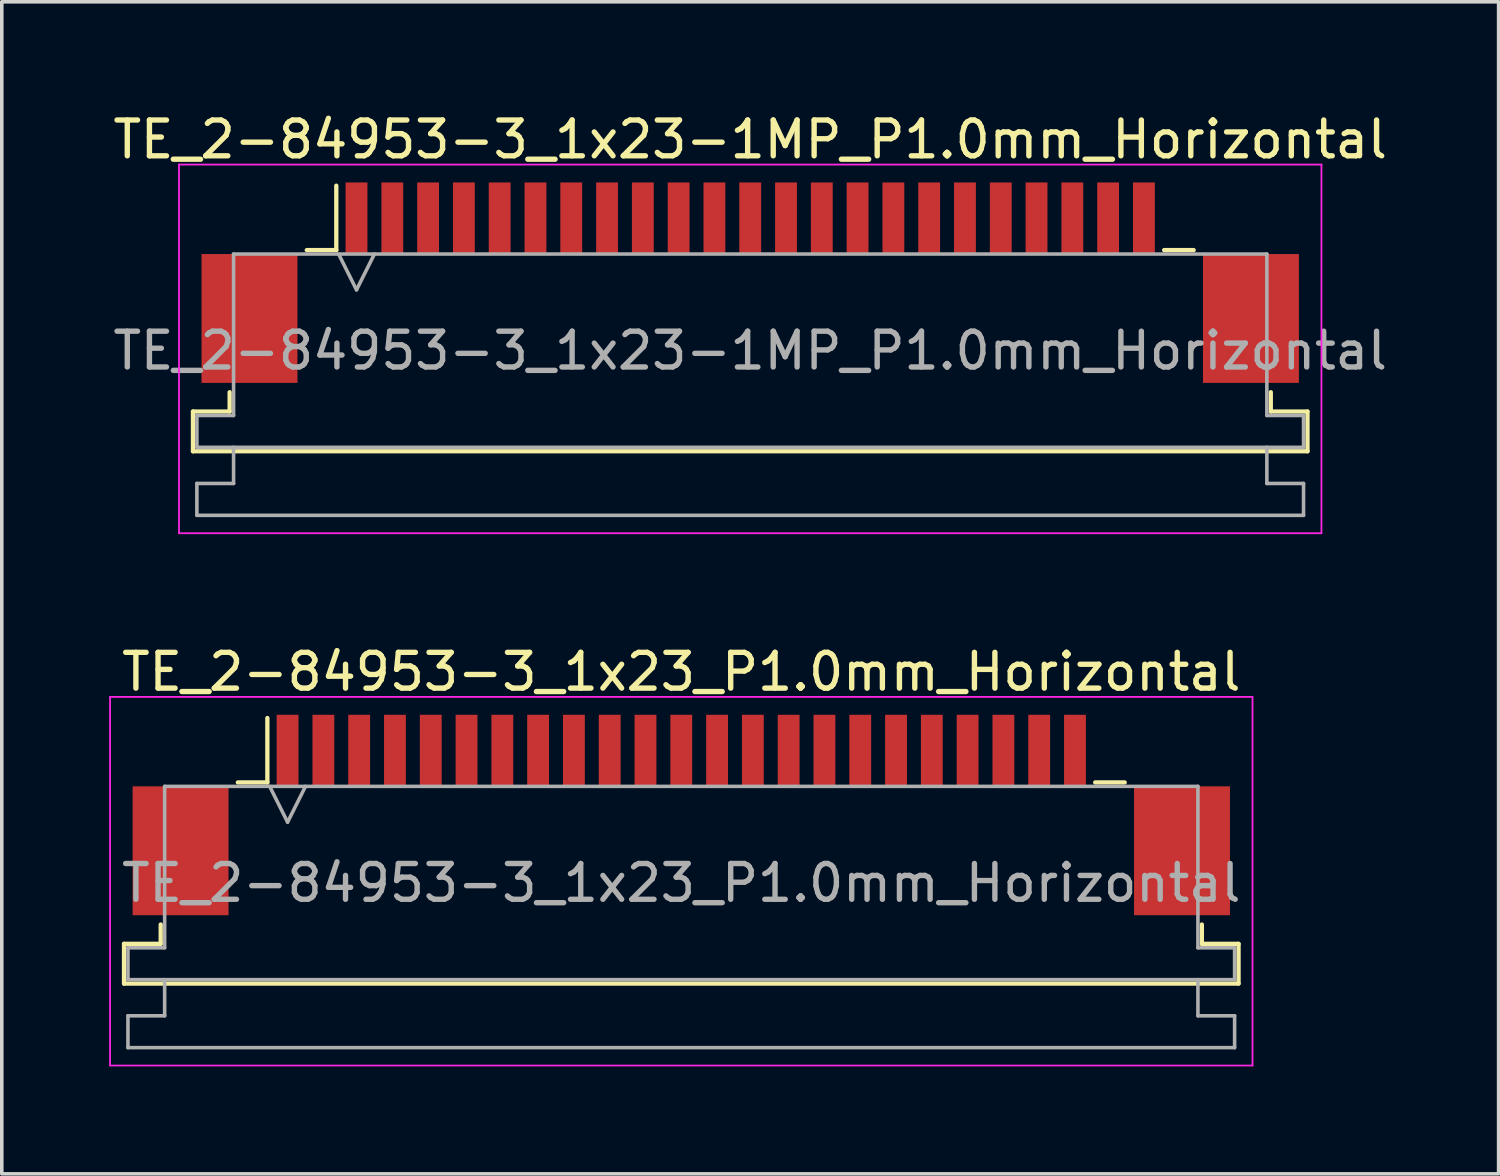
<source format=kicad_pcb>
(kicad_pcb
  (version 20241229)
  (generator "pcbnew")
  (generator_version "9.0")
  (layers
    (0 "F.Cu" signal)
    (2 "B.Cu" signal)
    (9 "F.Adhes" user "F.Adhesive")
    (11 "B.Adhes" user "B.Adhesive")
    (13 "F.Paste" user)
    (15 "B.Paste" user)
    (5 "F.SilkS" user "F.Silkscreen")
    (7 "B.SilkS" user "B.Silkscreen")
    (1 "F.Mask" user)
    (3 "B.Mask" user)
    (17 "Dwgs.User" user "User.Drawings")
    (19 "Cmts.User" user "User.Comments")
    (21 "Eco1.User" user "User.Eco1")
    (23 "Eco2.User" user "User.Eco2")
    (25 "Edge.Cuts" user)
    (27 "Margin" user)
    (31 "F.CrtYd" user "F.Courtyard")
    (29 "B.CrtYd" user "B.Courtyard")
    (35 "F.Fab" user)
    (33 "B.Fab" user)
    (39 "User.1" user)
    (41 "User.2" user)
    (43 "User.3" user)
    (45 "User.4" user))
  (footprint "TE_2-84953-3_1x23-1MP_P1.0mm_Horizontal"
    (layer "F.Cu")
    (at 17.911 4.848)
    (property "Reference" "TE_2-84953-3_1x23-1MP_P1.0mm_Horizontal" (at 0 -4 0) (layer "F.SilkS") (effects (font (size 1 1) (thickness 0.15))))
    (attr smd)
    (fp_line (start -15.57 3.6) (end -14.545 3.6) (stroke (width 0.12) (type solid)) (layer "F.SilkS"))
    (fp_line (start -15.57 4.71) (end -15.57 3.6) (stroke (width 0.12) (type solid)) (layer "F.SilkS"))
    (fp_line (start -14.545 3.6) (end -14.545 3.06) (stroke (width 0.12) (type solid)) (layer "F.SilkS"))
    (fp_line (start -12.39 -0.91) (end -11.565 -0.91) (stroke (width 0.12) (type solid)) (layer "F.SilkS"))
    (fp_line (start -11.565 -0.91) (end -11.565 -2.71) (stroke (width 0.12) (type solid)) (layer "F.SilkS"))
    (fp_line (start 11.565 -0.91) (end 12.39 -0.91) (stroke (width 0.12) (type solid)) (layer "F.SilkS"))
    (fp_line (start 14.545 3.06) (end 14.545 3.6) (stroke (width 0.12) (type solid)) (layer "F.SilkS"))
    (fp_line (start 14.545 3.6) (end 15.57 3.6) (stroke (width 0.12) (type solid)) (layer "F.SilkS"))
    (fp_line (start 15.57 3.6) (end 15.57 4.71) (stroke (width 0.12) (type solid)) (layer "F.SilkS"))
    (fp_line (start 15.57 4.71) (end -15.57 4.71) (stroke (width 0.12) (type solid)) (layer "F.SilkS"))
    (fp_line (start -15.96 -3.3) (end -15.96 7) (stroke (width 0.05) (type solid)) (layer "F.CrtYd"))
    (fp_line (start -15.96 7) (end 15.96 7) (stroke (width 0.05) (type solid)) (layer "F.CrtYd"))
    (fp_line (start 15.96 -3.3) (end -15.96 -3.3) (stroke (width 0.05) (type solid)) (layer "F.CrtYd"))
    (fp_line (start 15.96 7) (end 15.96 -3.3) (stroke (width 0.05) (type solid)) (layer "F.CrtYd"))
    (fp_line (start -15.46 3.71) (end -14.435 3.71) (stroke (width 0.1) (type solid)) (layer "F.Fab"))
    (fp_line (start -15.46 4.6) (end -15.46 3.71) (stroke (width 0.1) (type solid)) (layer "F.Fab"))
    (fp_line (start -15.46 5.61) (end -14.435 5.61) (stroke (width 0.1) (type solid)) (layer "F.Fab"))
    (fp_line (start -15.46 6.5) (end -15.46 5.61) (stroke (width 0.1) (type solid)) (layer "F.Fab"))
    (fp_line (start -14.435 -0.8) (end 14.435 -0.8) (stroke (width 0.1) (type solid)) (layer "F.Fab"))
    (fp_line (start -14.435 3.71) (end -14.435 -0.8) (stroke (width 0.1) (type solid)) (layer "F.Fab"))
    (fp_line (start -14.435 5.61) (end -14.435 4.6) (stroke (width 0.1) (type solid)) (layer "F.Fab"))
    (fp_line (start -11.5 -0.8) (end -11 0.2) (stroke (width 0.1) (type solid)) (layer "F.Fab"))
    (fp_line (start -11 0.2) (end -10.5 -0.8) (stroke (width 0.1) (type solid)) (layer "F.Fab"))
    (fp_line (start 14.435 -0.8) (end 14.435 3.71) (stroke (width 0.1) (type solid)) (layer "F.Fab"))
    (fp_line (start 14.435 3.71) (end 15.46 3.71) (stroke (width 0.1) (type solid)) (layer "F.Fab"))
    (fp_line (start 14.435 4.6) (end 14.435 5.61) (stroke (width 0.1) (type solid)) (layer "F.Fab"))
    (fp_line (start 14.435 5.61) (end 15.46 5.61) (stroke (width 0.1) (type solid)) (layer "F.Fab"))
    (fp_line (start 15.46 3.71) (end 15.46 4.6) (stroke (width 0.1) (type solid)) (layer "F.Fab"))
    (fp_line (start 15.46 4.6) (end -15.46 4.6) (stroke (width 0.1) (type solid)) (layer "F.Fab"))
    (fp_line (start 15.46 5.61) (end 15.46 6.5) (stroke (width 0.1) (type solid)) (layer "F.Fab"))
    (fp_line (start 15.46 6.5) (end -15.46 6.5) (stroke (width 0.1) (type solid)) (layer "F.Fab"))
    (fp_text user "${REFERENCE}" (at 0 1.9 0) (layer "F.Fab") (effects (font (size 1 1) (thickness 0.15))))
    (pad "1" smd rect (at -11 -1.8) (size 0.61 2) (layers "F.Cu" "F.Mask" "F.Paste"))
    (pad "2" smd rect (at -10 -1.8) (size 0.61 2) (layers "F.Cu" "F.Mask" "F.Paste"))
    (pad "3" smd rect (at -9 -1.8) (size 0.61 2) (layers "F.Cu" "F.Mask" "F.Paste"))
    (pad "4" smd rect (at -8 -1.8) (size 0.61 2) (layers "F.Cu" "F.Mask" "F.Paste"))
    (pad "5" smd rect (at -7 -1.8) (size 0.61 2) (layers "F.Cu" "F.Mask" "F.Paste"))
    (pad "6" smd rect (at -6 -1.8) (size 0.61 2) (layers "F.Cu" "F.Mask" "F.Paste"))
    (pad "7" smd rect (at -5 -1.8) (size 0.61 2) (layers "F.Cu" "F.Mask" "F.Paste"))
    (pad "8" smd rect (at -4 -1.8) (size 0.61 2) (layers "F.Cu" "F.Mask" "F.Paste"))
    (pad "9" smd rect (at -3 -1.8) (size 0.61 2) (layers "F.Cu" "F.Mask" "F.Paste"))
    (pad "10" smd rect (at -2 -1.8) (size 0.61 2) (layers "F.Cu" "F.Mask" "F.Paste"))
    (pad "11" smd rect (at -1 -1.8) (size 0.61 2) (layers "F.Cu" "F.Mask" "F.Paste"))
    (pad "12" smd rect (at 0 -1.8) (size 0.61 2) (layers "F.Cu" "F.Mask" "F.Paste"))
    (pad "13" smd rect (at 1 -1.8) (size 0.61 2) (layers "F.Cu" "F.Mask" "F.Paste"))
    (pad "14" smd rect (at 2 -1.8) (size 0.61 2) (layers "F.Cu" "F.Mask" "F.Paste"))
    (pad "15" smd rect (at 3 -1.8) (size 0.61 2) (layers "F.Cu" "F.Mask" "F.Paste"))
    (pad "16" smd rect (at 4 -1.8) (size 0.61 2) (layers "F.Cu" "F.Mask" "F.Paste"))
    (pad "17" smd rect (at 5 -1.8) (size 0.61 2) (layers "F.Cu" "F.Mask" "F.Paste"))
    (pad "18" smd rect (at 6 -1.8) (size 0.61 2) (layers "F.Cu" "F.Mask" "F.Paste"))
    (pad "19" smd rect (at 7 -1.8) (size 0.61 2) (layers "F.Cu" "F.Mask" "F.Paste"))
    (pad "20" smd rect (at 8 -1.8) (size 0.61 2) (layers "F.Cu" "F.Mask" "F.Paste"))
    (pad "21" smd rect (at 9 -1.8) (size 0.61 2) (layers "F.Cu" "F.Mask" "F.Paste"))
    (pad "22" smd rect (at 10 -1.8) (size 0.61 2) (layers "F.Cu" "F.Mask" "F.Paste"))
    (pad "23" smd rect (at 11 -1.8) (size 0.61 2) (layers "F.Cu" "F.Mask" "F.Paste"))
    (pad "MP" smd rect (at -13.99 1) (size 2.68 3.6) (layers "F.Cu" "F.Mask" "F.Paste"))
    (pad "MP" smd rect (at 13.99 1) (size 2.68 3.6) (layers "F.Cu" "F.Mask" "F.Paste")))
  (footprint "TE_2-84953-3_1x23_P1.0mm_Horizontal"
    (layer "F.Cu")
    (at 15.985 19.721)
    (property "Reference" "TE_2-84953-3_1x23_P1.0mm_Horizontal" (at 0 -4 0) (layer "F.SilkS") (effects (font (size 1 1) (thickness 0.15))))
    (attr smd)
    (fp_line (start -15.57 3.6) (end -14.545 3.6) (stroke (width 0.12) (type solid)) (layer "F.SilkS"))
    (fp_line (start -15.57 4.71) (end -15.57 3.6) (stroke (width 0.12) (type solid)) (layer "F.SilkS"))
    (fp_line (start -14.545 3.6) (end -14.545 3.06) (stroke (width 0.12) (type solid)) (layer "F.SilkS"))
    (fp_line (start -12.39 -0.91) (end -11.565 -0.91) (stroke (width 0.12) (type solid)) (layer "F.SilkS"))
    (fp_line (start -11.565 -0.91) (end -11.565 -2.71) (stroke (width 0.12) (type solid)) (layer "F.SilkS"))
    (fp_line (start 11.565 -0.91) (end 12.39 -0.91) (stroke (width 0.12) (type solid)) (layer "F.SilkS"))
    (fp_line (start 14.545 3.06) (end 14.545 3.6) (stroke (width 0.12) (type solid)) (layer "F.SilkS"))
    (fp_line (start 14.545 3.6) (end 15.57 3.6) (stroke (width 0.12) (type solid)) (layer "F.SilkS"))
    (fp_line (start 15.57 3.6) (end 15.57 4.71) (stroke (width 0.12) (type solid)) (layer "F.SilkS"))
    (fp_line (start 15.57 4.71) (end -15.57 4.71) (stroke (width 0.12) (type solid)) (layer "F.SilkS"))
    (fp_line (start -15.96 -3.3) (end -15.96 7) (stroke (width 0.05) (type solid)) (layer "F.CrtYd"))
    (fp_line (start -15.96 7) (end 15.96 7) (stroke (width 0.05) (type solid)) (layer "F.CrtYd"))
    (fp_line (start 15.96 -3.3) (end -15.96 -3.3) (stroke (width 0.05) (type solid)) (layer "F.CrtYd"))
    (fp_line (start 15.96 7) (end 15.96 -3.3) (stroke (width 0.05) (type solid)) (layer "F.CrtYd"))
    (fp_line (start -15.46 3.71) (end -14.435 3.71) (stroke (width 0.1) (type solid)) (layer "F.Fab"))
    (fp_line (start -15.46 4.6) (end -15.46 3.71) (stroke (width 0.1) (type solid)) (layer "F.Fab"))
    (fp_line (start -15.46 5.61) (end -14.435 5.61) (stroke (width 0.1) (type solid)) (layer "F.Fab"))
    (fp_line (start -15.46 6.5) (end -15.46 5.61) (stroke (width 0.1) (type solid)) (layer "F.Fab"))
    (fp_line (start -14.435 -0.8) (end 14.435 -0.8) (stroke (width 0.1) (type solid)) (layer "F.Fab"))
    (fp_line (start -14.435 3.71) (end -14.435 -0.8) (stroke (width 0.1) (type solid)) (layer "F.Fab"))
    (fp_line (start -14.435 5.61) (end -14.435 4.6) (stroke (width 0.1) (type solid)) (layer "F.Fab"))
    (fp_line (start -11.5 -0.8) (end -11 0.2) (stroke (width 0.1) (type solid)) (layer "F.Fab"))
    (fp_line (start -11 0.2) (end -10.5 -0.8) (stroke (width 0.1) (type solid)) (layer "F.Fab"))
    (fp_line (start 14.435 -0.8) (end 14.435 3.71) (stroke (width 0.1) (type solid)) (layer "F.Fab"))
    (fp_line (start 14.435 3.71) (end 15.46 3.71) (stroke (width 0.1) (type solid)) (layer "F.Fab"))
    (fp_line (start 14.435 4.6) (end 14.435 5.61) (stroke (width 0.1) (type solid)) (layer "F.Fab"))
    (fp_line (start 14.435 5.61) (end 15.46 5.61) (stroke (width 0.1) (type solid)) (layer "F.Fab"))
    (fp_line (start 15.46 3.71) (end 15.46 4.6) (stroke (width 0.1) (type solid)) (layer "F.Fab"))
    (fp_line (start 15.46 4.6) (end -15.46 4.6) (stroke (width 0.1) (type solid)) (layer "F.Fab"))
    (fp_line (start 15.46 5.61) (end 15.46 6.5) (stroke (width 0.1) (type solid)) (layer "F.Fab"))
    (fp_line (start 15.46 6.5) (end -15.46 6.5) (stroke (width 0.1) (type solid)) (layer "F.Fab"))
    (fp_text user "${REFERENCE}" (at 0 1.9 0) (layer "F.Fab") (effects (font (size 1 1) (thickness 0.15))))
    (pad "" smd rect (at -13.99 1) (size 2.68 3.6) (layers "F.Cu" "F.Mask" "F.Paste"))
    (pad "" smd rect (at 13.99 1) (size 2.68 3.6) (layers "F.Cu" "F.Mask" "F.Paste"))
    (pad "1" smd rect (at -11 -1.8) (size 0.61 2) (layers "F.Cu" "F.Mask" "F.Paste"))
    (pad "2" smd rect (at -10 -1.8) (size 0.61 2) (layers "F.Cu" "F.Mask" "F.Paste"))
    (pad "3" smd rect (at -9 -1.8) (size 0.61 2) (layers "F.Cu" "F.Mask" "F.Paste"))
    (pad "4" smd rect (at -8 -1.8) (size 0.61 2) (layers "F.Cu" "F.Mask" "F.Paste"))
    (pad "5" smd rect (at -7 -1.8) (size 0.61 2) (layers "F.Cu" "F.Mask" "F.Paste"))
    (pad "6" smd rect (at -6 -1.8) (size 0.61 2) (layers "F.Cu" "F.Mask" "F.Paste"))
    (pad "7" smd rect (at -5 -1.8) (size 0.61 2) (layers "F.Cu" "F.Mask" "F.Paste"))
    (pad "8" smd rect (at -4 -1.8) (size 0.61 2) (layers "F.Cu" "F.Mask" "F.Paste"))
    (pad "9" smd rect (at -3 -1.8) (size 0.61 2) (layers "F.Cu" "F.Mask" "F.Paste"))
    (pad "10" smd rect (at -2 -1.8) (size 0.61 2) (layers "F.Cu" "F.Mask" "F.Paste"))
    (pad "11" smd rect (at -1 -1.8) (size 0.61 2) (layers "F.Cu" "F.Mask" "F.Paste"))
    (pad "12" smd rect (at 0 -1.8) (size 0.61 2) (layers "F.Cu" "F.Mask" "F.Paste"))
    (pad "13" smd rect (at 1 -1.8) (size 0.61 2) (layers "F.Cu" "F.Mask" "F.Paste"))
    (pad "14" smd rect (at 2 -1.8) (size 0.61 2) (layers "F.Cu" "F.Mask" "F.Paste"))
    (pad "15" smd rect (at 3 -1.8) (size 0.61 2) (layers "F.Cu" "F.Mask" "F.Paste"))
    (pad "16" smd rect (at 4 -1.8) (size 0.61 2) (layers "F.Cu" "F.Mask" "F.Paste"))
    (pad "17" smd rect (at 5 -1.8) (size 0.61 2) (layers "F.Cu" "F.Mask" "F.Paste"))
    (pad "18" smd rect (at 6 -1.8) (size 0.61 2) (layers "F.Cu" "F.Mask" "F.Paste"))
    (pad "19" smd rect (at 7 -1.8) (size 0.61 2) (layers "F.Cu" "F.Mask" "F.Paste"))
    (pad "20" smd rect (at 8 -1.8) (size 0.61 2) (layers "F.Cu" "F.Mask" "F.Paste"))
    (pad "21" smd rect (at 9 -1.8) (size 0.61 2) (layers "F.Cu" "F.Mask" "F.Paste"))
    (pad "22" smd rect (at 10 -1.8) (size 0.61 2) (layers "F.Cu" "F.Mask" "F.Paste"))
    (pad "23" smd rect (at 11 -1.8) (size 0.61 2) (layers "F.Cu" "F.Mask" "F.Paste")))
  (gr_rect
    (start -3 -3)
    (end 38.821 29.747)
    (stroke (width 0.1) (type default))
    (fill no)
    (layer "Edge.Cuts")))
</source>
